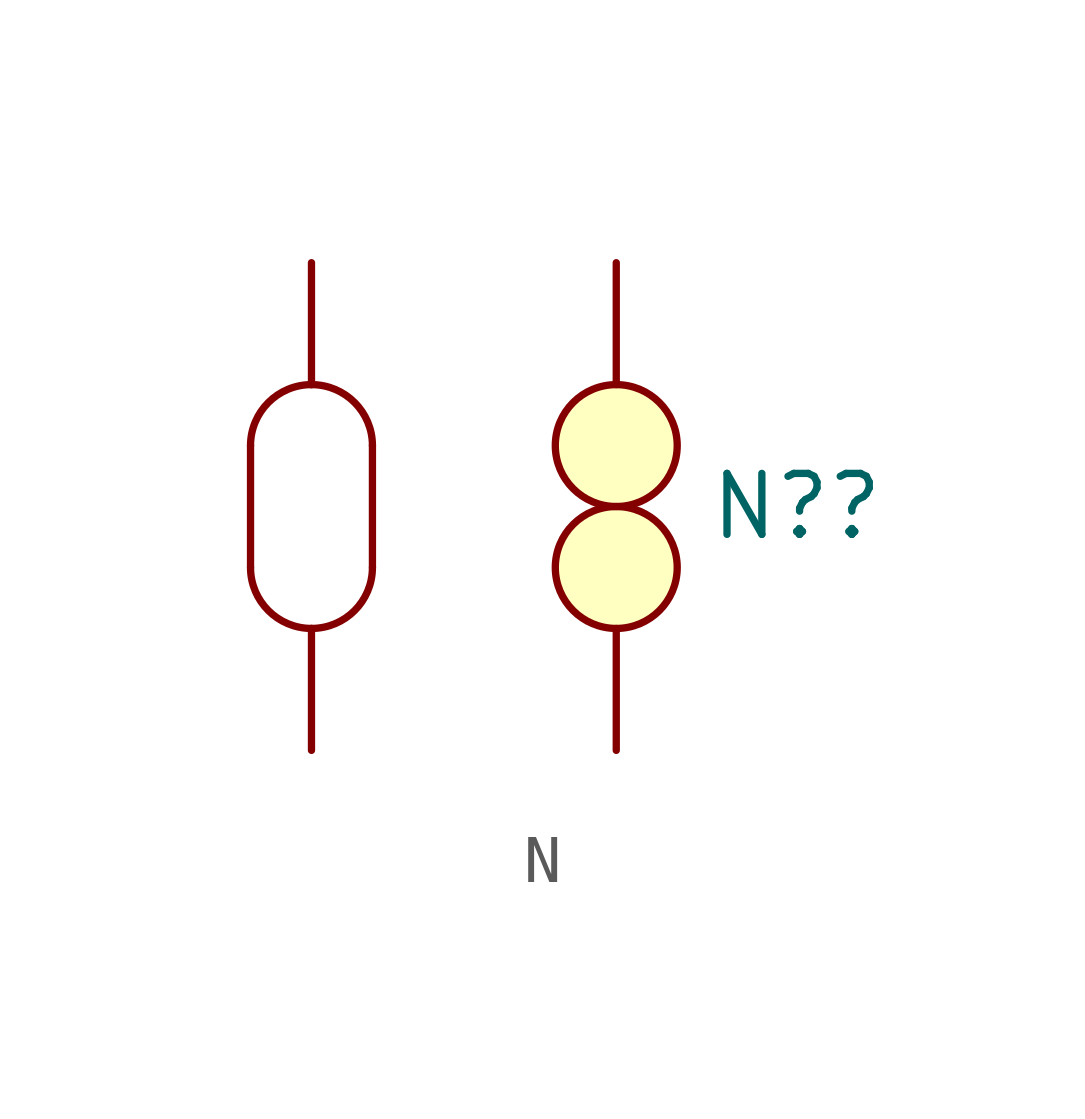
<source format=kicad_sym>
(kicad_symbol_lib
  (version 20231120)
  (generator "kicad_symbol_editor")
  (generator_version "8.0")
  (symbol "N"
    (pin_numbers hide)
    (pin_names
      (offset 0) hide)
    (property "Reference" "N?"
      (at 1.905 0 0)
      (effects (font (size 1.27 1.27)) (justify left)))
    (symbol "N_0_1"
      (arc (start -7.62 -1.27) (mid -7.248 -2.168) (end -6.35 -2.54) (stroke (width 0) (type default)) (fill (type none)))
      (arc (start -6.35 -2.54) (mid -5.452 -2.168) (end -5.08 -1.27) (stroke (width 0) (type default)) (fill (type none)))
      (arc (start -6.3499 2.5401) (mid -7.2479 2.1681) (end -7.6199 1.2701) (stroke (width 0) (type default)) (fill (type none)))
      (arc (start -5.0799 1.2701) (mid -5.4519 2.1681) (end -6.3499 2.5401) (stroke (width 0) (type default)) (fill (type none)))
      (polyline (pts (xy -7.62 1.27) (xy -7.62 -1.27)) (stroke (width 0) (type default)) (fill (type none))))
    (symbol "N_1_0"
      (pin power_out line (at 0 5.08 270) (length 2.54) (name "outP" (effects (font (size 1.27 1.27)))) (number "1" (effects (font (size 1.27 1.27)))))
      (pin power_out line (at 0 -5.08 90) (length 2.54) (name "outN" (effects (font (size 1.27 1.27)))) (number "2" (effects (font (size 1.27 1.27))))))
    (symbol "N_1_1"
      (circle (center 0 -1.27) (radius 1.27) (stroke (width 0) (type default)) (fill (type background)))
      (polyline (pts (xy -5.08 1.27) (xy -5.08 -1.27)) (stroke (width 0) (type default)) (fill (type background)))
      (circle (center 0 1.27) (radius 1.27) (stroke (width 0) (type default)) (fill (type background)))
      (pin input line (at -6.35 5.08 270) (length 2.54) (name "inp" (effects (font (size 1.27 1.27)))) (number "3" (effects (font (size 1.27 1.27)))))
      (pin input line (at -6.35 -5.08 90) (length 2.54) (name "inN" (effects (font (size 1.27 1.27)))) (number "4" (effects (font (size 1.27 1.27))))))))
</source>
